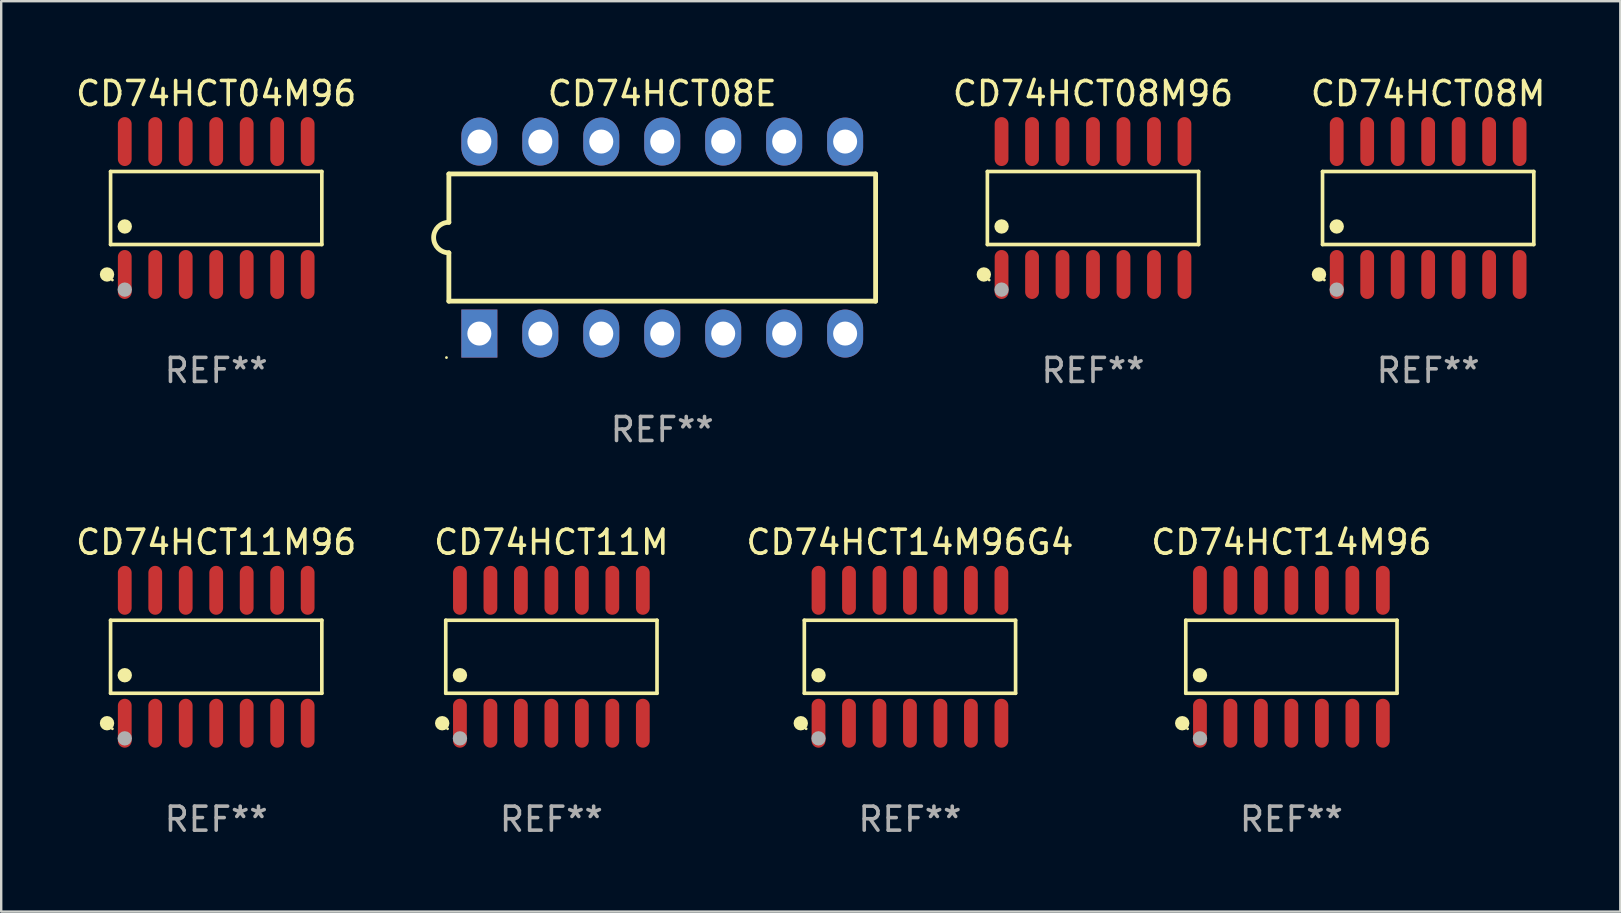
<source format=kicad_pcb>
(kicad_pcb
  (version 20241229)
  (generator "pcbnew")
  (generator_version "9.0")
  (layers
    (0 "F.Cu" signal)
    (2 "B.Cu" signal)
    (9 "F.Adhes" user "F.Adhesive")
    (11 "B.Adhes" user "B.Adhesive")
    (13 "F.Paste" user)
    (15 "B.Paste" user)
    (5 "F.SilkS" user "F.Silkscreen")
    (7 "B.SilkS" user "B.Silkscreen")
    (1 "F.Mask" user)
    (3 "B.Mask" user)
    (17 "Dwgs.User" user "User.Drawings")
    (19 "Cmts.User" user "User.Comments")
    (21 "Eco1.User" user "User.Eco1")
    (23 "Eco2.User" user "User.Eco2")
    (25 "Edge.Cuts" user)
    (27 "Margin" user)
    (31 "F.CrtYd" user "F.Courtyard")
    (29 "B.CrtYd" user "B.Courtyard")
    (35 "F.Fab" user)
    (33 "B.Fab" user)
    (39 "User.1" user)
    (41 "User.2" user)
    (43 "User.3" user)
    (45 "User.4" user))
  (footprint "CD74HCT08M"
    (layer "F.Cu")
    (at 56.454 5.617)
    (property "Reference" "CD74HCT08M" (at 0 -4.769 0) (layer "F.SilkS") (effects (font (size 1 1) (thickness 0.15))))
    (attr through_hole)
    (fp_line (start -4.401 -1.521) (end 4.401 -1.521) (stroke (width 0.152) (type solid)) (layer "F.SilkS"))
    (fp_line (start -4.401 1.521) (end -4.401 -1.521) (stroke (width 0.152) (type solid)) (layer "F.SilkS"))
    (fp_line (start 4.401 -1.521) (end 4.401 1.521) (stroke (width 0.152) (type solid)) (layer "F.SilkS"))
    (fp_line (start 4.401 1.521) (end -4.401 1.521) (stroke (width 0.152) (type solid)) (layer "F.SilkS"))
    (fp_circle (center -4.549 2.769) (end -4.399 2.769) (stroke (width 0.3) (type solid)) (fill no) (layer "F.SilkS"))
    (fp_circle (center -4.325 3) (end -4.295 3) (stroke (width 0.06) (type solid)) (fill no) (layer "F.SilkS"))
    (fp_circle (center -3.81 0.769) (end -3.66 0.769) (stroke (width 0.3) (type solid)) (fill no) (layer "F.SilkS"))
    (fp_circle (center -3.81 3.4) (end -3.66 3.4) (stroke (width 0.3) (type solid)) (fill no) (layer "F.Fab"))
    (fp_text user "REF**" (at 0 6.769 0) (layer "F.Fab") (effects (font (size 1 1) (thickness 0.15))))
    (pad "1" smd oval (at -3.81 2.769) (size 0.574 2.038) (layers "F.Cu" "F.Mask" "F.Paste"))
    (pad "2" smd oval (at -2.54 2.769) (size 0.574 2.038) (layers "F.Cu" "F.Mask" "F.Paste"))
    (pad "3" smd oval (at -1.27 2.769) (size 0.574 2.038) (layers "F.Cu" "F.Mask" "F.Paste"))
    (pad "4" smd oval (at 0 2.769) (size 0.574 2.038) (layers "F.Cu" "F.Mask" "F.Paste"))
    (pad "5" smd oval (at 1.27 2.769) (size 0.574 2.038) (layers "F.Cu" "F.Mask" "F.Paste"))
    (pad "6" smd oval (at 2.54 2.769) (size 0.574 2.038) (layers "F.Cu" "F.Mask" "F.Paste"))
    (pad "7" smd oval (at 3.81 2.769) (size 0.574 2.038) (layers "F.Cu" "F.Mask" "F.Paste"))
    (pad "8" smd oval (at 3.81 -2.769) (size 0.574 2.038) (layers "F.Cu" "F.Mask" "F.Paste"))
    (pad "9" smd oval (at 2.54 -2.769) (size 0.574 2.038) (layers "F.Cu" "F.Mask" "F.Paste"))
    (pad "10" smd oval (at 1.27 -2.769) (size 0.574 2.038) (layers "F.Cu" "F.Mask" "F.Paste"))
    (pad "11" smd oval (at 0 -2.769) (size 0.574 2.038) (layers "F.Cu" "F.Mask" "F.Paste"))
    (pad "12" smd oval (at -1.27 -2.769) (size 0.574 2.038) (layers "F.Cu" "F.Mask" "F.Paste"))
    (pad "13" smd oval (at -2.54 -2.769) (size 0.574 2.038) (layers "F.Cu" "F.Mask" "F.Paste"))
    (pad "14" smd oval (at -3.81 -2.769) (size 0.574 2.038) (layers "F.Cu" "F.Mask" "F.Paste")))
  (footprint "CD74HCT14M96G4"
    (layer "F.Cu")
    (at 34.863 24.314)
    (property "Reference" "CD74HCT14M96G4" (at 0 -4.769 0) (layer "F.SilkS") (effects (font (size 1 1) (thickness 0.15))))
    (attr through_hole)
    (fp_line (start -4.401 -1.521) (end 4.401 -1.521) (stroke (width 0.152) (type solid)) (layer "F.SilkS"))
    (fp_line (start -4.401 1.521) (end -4.401 -1.521) (stroke (width 0.152) (type solid)) (layer "F.SilkS"))
    (fp_line (start 4.401 -1.521) (end 4.401 1.521) (stroke (width 0.152) (type solid)) (layer "F.SilkS"))
    (fp_line (start 4.401 1.521) (end -4.401 1.521) (stroke (width 0.152) (type solid)) (layer "F.SilkS"))
    (fp_circle (center -4.549 2.769) (end -4.399 2.769) (stroke (width 0.3) (type solid)) (fill no) (layer "F.SilkS"))
    (fp_circle (center -4.325 3) (end -4.295 3) (stroke (width 0.06) (type solid)) (fill no) (layer "F.SilkS"))
    (fp_circle (center -3.81 0.769) (end -3.66 0.769) (stroke (width 0.3) (type solid)) (fill no) (layer "F.SilkS"))
    (fp_circle (center -3.81 3.4) (end -3.66 3.4) (stroke (width 0.3) (type solid)) (fill no) (layer "F.Fab"))
    (fp_text user "REF**" (at 0 6.769 0) (layer "F.Fab") (effects (font (size 1 1) (thickness 0.15))))
    (pad "1" smd oval (at -3.81 2.769) (size 0.574 2.038) (layers "F.Cu" "F.Mask" "F.Paste"))
    (pad "2" smd oval (at -2.54 2.769) (size 0.574 2.038) (layers "F.Cu" "F.Mask" "F.Paste"))
    (pad "3" smd oval (at -1.27 2.769) (size 0.574 2.038) (layers "F.Cu" "F.Mask" "F.Paste"))
    (pad "4" smd oval (at 0 2.769) (size 0.574 2.038) (layers "F.Cu" "F.Mask" "F.Paste"))
    (pad "5" smd oval (at 1.27 2.769) (size 0.574 2.038) (layers "F.Cu" "F.Mask" "F.Paste"))
    (pad "6" smd oval (at 2.54 2.769) (size 0.574 2.038) (layers "F.Cu" "F.Mask" "F.Paste"))
    (pad "7" smd oval (at 3.81 2.769) (size 0.574 2.038) (layers "F.Cu" "F.Mask" "F.Paste"))
    (pad "8" smd oval (at 3.81 -2.769) (size 0.574 2.038) (layers "F.Cu" "F.Mask" "F.Paste"))
    (pad "9" smd oval (at 2.54 -2.769) (size 0.574 2.038) (layers "F.Cu" "F.Mask" "F.Paste"))
    (pad "10" smd oval (at 1.27 -2.769) (size 0.574 2.038) (layers "F.Cu" "F.Mask" "F.Paste"))
    (pad "11" smd oval (at 0 -2.769) (size 0.574 2.038) (layers "F.Cu" "F.Mask" "F.Paste"))
    (pad "12" smd oval (at -1.27 -2.769) (size 0.574 2.038) (layers "F.Cu" "F.Mask" "F.Paste"))
    (pad "13" smd oval (at -2.54 -2.769) (size 0.574 2.038) (layers "F.Cu" "F.Mask" "F.Paste"))
    (pad "14" smd oval (at -3.81 -2.769) (size 0.574 2.038) (layers "F.Cu" "F.Mask" "F.Paste")))
  (footprint "CD74HCT08M96"
    (layer "F.Cu")
    (at 42.49 5.617)
    (property "Reference" "CD74HCT08M96" (at 0 -4.769 0) (layer "F.SilkS") (effects (font (size 1 1) (thickness 0.15))))
    (attr through_hole)
    (fp_line (start -4.401 -1.521) (end 4.401 -1.521) (stroke (width 0.152) (type solid)) (layer "F.SilkS"))
    (fp_line (start -4.401 1.521) (end -4.401 -1.521) (stroke (width 0.152) (type solid)) (layer "F.SilkS"))
    (fp_line (start 4.401 -1.521) (end 4.401 1.521) (stroke (width 0.152) (type solid)) (layer "F.SilkS"))
    (fp_line (start 4.401 1.521) (end -4.401 1.521) (stroke (width 0.152) (type solid)) (layer "F.SilkS"))
    (fp_circle (center -4.549 2.769) (end -4.399 2.769) (stroke (width 0.3) (type solid)) (fill no) (layer "F.SilkS"))
    (fp_circle (center -4.325 3) (end -4.295 3) (stroke (width 0.06) (type solid)) (fill no) (layer "F.SilkS"))
    (fp_circle (center -3.81 0.769) (end -3.66 0.769) (stroke (width 0.3) (type solid)) (fill no) (layer "F.SilkS"))
    (fp_circle (center -3.81 3.4) (end -3.66 3.4) (stroke (width 0.3) (type solid)) (fill no) (layer "F.Fab"))
    (fp_text user "REF**" (at 0 6.769 0) (layer "F.Fab") (effects (font (size 1 1) (thickness 0.15))))
    (pad "1" smd oval (at -3.81 2.769) (size 0.574 2.038) (layers "F.Cu" "F.Mask" "F.Paste"))
    (pad "2" smd oval (at -2.54 2.769) (size 0.574 2.038) (layers "F.Cu" "F.Mask" "F.Paste"))
    (pad "3" smd oval (at -1.27 2.769) (size 0.574 2.038) (layers "F.Cu" "F.Mask" "F.Paste"))
    (pad "4" smd oval (at 0 2.769) (size 0.574 2.038) (layers "F.Cu" "F.Mask" "F.Paste"))
    (pad "5" smd oval (at 1.27 2.769) (size 0.574 2.038) (layers "F.Cu" "F.Mask" "F.Paste"))
    (pad "6" smd oval (at 2.54 2.769) (size 0.574 2.038) (layers "F.Cu" "F.Mask" "F.Paste"))
    (pad "7" smd oval (at 3.81 2.769) (size 0.574 2.038) (layers "F.Cu" "F.Mask" "F.Paste"))
    (pad "8" smd oval (at 3.81 -2.769) (size 0.574 2.038) (layers "F.Cu" "F.Mask" "F.Paste"))
    (pad "9" smd oval (at 2.54 -2.769) (size 0.574 2.038) (layers "F.Cu" "F.Mask" "F.Paste"))
    (pad "10" smd oval (at 1.27 -2.769) (size 0.574 2.038) (layers "F.Cu" "F.Mask" "F.Paste"))
    (pad "11" smd oval (at 0 -2.769) (size 0.574 2.038) (layers "F.Cu" "F.Mask" "F.Paste"))
    (pad "12" smd oval (at -1.27 -2.769) (size 0.574 2.038) (layers "F.Cu" "F.Mask" "F.Paste"))
    (pad "13" smd oval (at -2.54 -2.769) (size 0.574 2.038) (layers "F.Cu" "F.Mask" "F.Paste"))
    (pad "14" smd oval (at -3.81 -2.769) (size 0.574 2.038) (layers "F.Cu" "F.Mask" "F.Paste")))
  (footprint "CD74HCT11M96"
    (layer "F.Cu")
    (at 5.958 24.314)
    (property "Reference" "CD74HCT11M96" (at 0 -4.769 0) (layer "F.SilkS") (effects (font (size 1 1) (thickness 0.15))))
    (attr through_hole)
    (fp_line (start -4.401 -1.521) (end 4.401 -1.521) (stroke (width 0.152) (type solid)) (layer "F.SilkS"))
    (fp_line (start -4.401 1.521) (end -4.401 -1.521) (stroke (width 0.152) (type solid)) (layer "F.SilkS"))
    (fp_line (start 4.401 -1.521) (end 4.401 1.521) (stroke (width 0.152) (type solid)) (layer "F.SilkS"))
    (fp_line (start 4.401 1.521) (end -4.401 1.521) (stroke (width 0.152) (type solid)) (layer "F.SilkS"))
    (fp_circle (center -4.549 2.769) (end -4.399 2.769) (stroke (width 0.3) (type solid)) (fill no) (layer "F.SilkS"))
    (fp_circle (center -4.325 3) (end -4.295 3) (stroke (width 0.06) (type solid)) (fill no) (layer "F.SilkS"))
    (fp_circle (center -3.81 0.769) (end -3.66 0.769) (stroke (width 0.3) (type solid)) (fill no) (layer "F.SilkS"))
    (fp_circle (center -3.81 3.4) (end -3.66 3.4) (stroke (width 0.3) (type solid)) (fill no) (layer "F.Fab"))
    (fp_text user "REF**" (at 0 6.769 0) (layer "F.Fab") (effects (font (size 1 1) (thickness 0.15))))
    (pad "1" smd oval (at -3.81 2.769) (size 0.574 2.038) (layers "F.Cu" "F.Mask" "F.Paste"))
    (pad "2" smd oval (at -2.54 2.769) (size 0.574 2.038) (layers "F.Cu" "F.Mask" "F.Paste"))
    (pad "3" smd oval (at -1.27 2.769) (size 0.574 2.038) (layers "F.Cu" "F.Mask" "F.Paste"))
    (pad "4" smd oval (at 0 2.769) (size 0.574 2.038) (layers "F.Cu" "F.Mask" "F.Paste"))
    (pad "5" smd oval (at 1.27 2.769) (size 0.574 2.038) (layers "F.Cu" "F.Mask" "F.Paste"))
    (pad "6" smd oval (at 2.54 2.769) (size 0.574 2.038) (layers "F.Cu" "F.Mask" "F.Paste"))
    (pad "7" smd oval (at 3.81 2.769) (size 0.574 2.038) (layers "F.Cu" "F.Mask" "F.Paste"))
    (pad "8" smd oval (at 3.81 -2.769) (size 0.574 2.038) (layers "F.Cu" "F.Mask" "F.Paste"))
    (pad "9" smd oval (at 2.54 -2.769) (size 0.574 2.038) (layers "F.Cu" "F.Mask" "F.Paste"))
    (pad "10" smd oval (at 1.27 -2.769) (size 0.574 2.038) (layers "F.Cu" "F.Mask" "F.Paste"))
    (pad "11" smd oval (at 0 -2.769) (size 0.574 2.038) (layers "F.Cu" "F.Mask" "F.Paste"))
    (pad "12" smd oval (at -1.27 -2.769) (size 0.574 2.038) (layers "F.Cu" "F.Mask" "F.Paste"))
    (pad "13" smd oval (at -2.54 -2.769) (size 0.574 2.038) (layers "F.Cu" "F.Mask" "F.Paste"))
    (pad "14" smd oval (at -3.81 -2.769) (size 0.574 2.038) (layers "F.Cu" "F.Mask" "F.Paste")))
  (footprint "CD74HCT08E"
    (layer "F.Cu")
    (at 24.542 6.848)
    (property "Reference" "CD74HCT08E" (at 0 -6 0) (layer "F.SilkS") (effects (font (size 1 1) (thickness 0.15))))
    (attr through_hole)
    (fp_line (start -8.89 -2.65) (end -8.89 -0.635) (stroke (width 0.2) (type solid)) (layer "F.SilkS"))
    (fp_line (start -8.89 0.635) (end -8.89 2.65) (stroke (width 0.2) (type solid)) (layer "F.SilkS"))
    (fp_line (start -8.89 2.65) (end 8.89 2.65) (stroke (width 0.2) (type solid)) (layer "F.SilkS"))
    (fp_line (start 8.89 -2.65) (end -8.89 -2.65) (stroke (width 0.2) (type solid)) (layer "F.SilkS"))
    (fp_line (start 8.89 2.65) (end 8.89 -2.65) (stroke (width 0.2) (type solid)) (layer "F.SilkS"))
    (fp_arc (start -8.890018 0.635001) (mid -9.525019 0) (end -8.890018 -0.635001) (stroke (width 0.2) (type solid)) (layer "F.SilkS"))
    (fp_circle (center -8.99 5) (end -8.96 5) (stroke (width 0.06) (type solid)) (fill no) (layer "F.SilkS"))
    (fp_text user "REF**" (at 0 8 0) (layer "F.Fab") (effects (font (size 1 1) (thickness 0.15))))
    (pad "1" thru_hole rect (at -7.62 4 90) (size 2 1.5) (drill 1) (layers "*.Cu" "*.Mask"))
    (pad "2" thru_hole oval (at -5.08 4 90) (size 2 1.5) (drill 1) (layers "*.Cu" "*.Mask"))
    (pad "3" thru_hole oval (at -2.54 4 90) (size 2 1.5) (drill 1) (layers "*.Cu" "*.Mask"))
    (pad "4" thru_hole oval (at 0 4 90) (size 2 1.5) (drill 1) (layers "*.Cu" "*.Mask"))
    (pad "5" thru_hole oval (at 2.54 4 90) (size 2 1.5) (drill 1) (layers "*.Cu" "*.Mask"))
    (pad "6" thru_hole oval (at 5.08 4 90) (size 2 1.5) (drill 1) (layers "*.Cu" "*.Mask"))
    (pad "7" thru_hole oval (at 7.62 4 90) (size 2 1.5) (drill 1) (layers "*.Cu" "*.Mask"))
    (pad "8" thru_hole oval (at 7.62 -4 90) (size 2 1.5) (drill 1) (layers "*.Cu" "*.Mask"))
    (pad "9" thru_hole oval (at 5.08 -4 90) (size 2 1.5) (drill 1) (layers "*.Cu" "*.Mask"))
    (pad "10" thru_hole oval (at 2.54 -4 90) (size 2 1.5) (drill 1) (layers "*.Cu" "*.Mask"))
    (pad "11" thru_hole oval (at 0 -4 90) (size 2 1.5) (drill 1) (layers "*.Cu" "*.Mask"))
    (pad "12" thru_hole oval (at -2.54 -4 90) (size 2 1.5) (drill 1) (layers "*.Cu" "*.Mask"))
    (pad "13" thru_hole oval (at -5.08 -4 90) (size 2 1.5) (drill 1) (layers "*.Cu" "*.Mask"))
    (pad "14" thru_hole oval (at -7.62 -4 90) (size 2 1.5) (drill 1) (layers "*.Cu" "*.Mask")))
  (footprint "CD74HCT04M96"
    (layer "F.Cu")
    (at 5.958 5.617)
    (property "Reference" "CD74HCT04M96" (at 0 -4.769 0) (layer "F.SilkS") (effects (font (size 1 1) (thickness 0.15))))
    (attr through_hole)
    (fp_line (start -4.401 -1.521) (end 4.401 -1.521) (stroke (width 0.152) (type solid)) (layer "F.SilkS"))
    (fp_line (start -4.401 1.521) (end -4.401 -1.521) (stroke (width 0.152) (type solid)) (layer "F.SilkS"))
    (fp_line (start 4.401 -1.521) (end 4.401 1.521) (stroke (width 0.152) (type solid)) (layer "F.SilkS"))
    (fp_line (start 4.401 1.521) (end -4.401 1.521) (stroke (width 0.152) (type solid)) (layer "F.SilkS"))
    (fp_circle (center -4.549 2.769) (end -4.399 2.769) (stroke (width 0.3) (type solid)) (fill no) (layer "F.SilkS"))
    (fp_circle (center -4.325 3) (end -4.295 3) (stroke (width 0.06) (type solid)) (fill no) (layer "F.SilkS"))
    (fp_circle (center -3.81 0.769) (end -3.66 0.769) (stroke (width 0.3) (type solid)) (fill no) (layer "F.SilkS"))
    (fp_circle (center -3.81 3.4) (end -3.66 3.4) (stroke (width 0.3) (type solid)) (fill no) (layer "F.Fab"))
    (fp_text user "REF**" (at 0 6.769 0) (layer "F.Fab") (effects (font (size 1 1) (thickness 0.15))))
    (pad "1" smd oval (at -3.81 2.769) (size 0.574 2.038) (layers "F.Cu" "F.Mask" "F.Paste"))
    (pad "2" smd oval (at -2.54 2.769) (size 0.574 2.038) (layers "F.Cu" "F.Mask" "F.Paste"))
    (pad "3" smd oval (at -1.27 2.769) (size 0.574 2.038) (layers "F.Cu" "F.Mask" "F.Paste"))
    (pad "4" smd oval (at 0 2.769) (size 0.574 2.038) (layers "F.Cu" "F.Mask" "F.Paste"))
    (pad "5" smd oval (at 1.27 2.769) (size 0.574 2.038) (layers "F.Cu" "F.Mask" "F.Paste"))
    (pad "6" smd oval (at 2.54 2.769) (size 0.574 2.038) (layers "F.Cu" "F.Mask" "F.Paste"))
    (pad "7" smd oval (at 3.81 2.769) (size 0.574 2.038) (layers "F.Cu" "F.Mask" "F.Paste"))
    (pad "8" smd oval (at 3.81 -2.769) (size 0.574 2.038) (layers "F.Cu" "F.Mask" "F.Paste"))
    (pad "9" smd oval (at 2.54 -2.769) (size 0.574 2.038) (layers "F.Cu" "F.Mask" "F.Paste"))
    (pad "10" smd oval (at 1.27 -2.769) (size 0.574 2.038) (layers "F.Cu" "F.Mask" "F.Paste"))
    (pad "11" smd oval (at 0 -2.769) (size 0.574 2.038) (layers "F.Cu" "F.Mask" "F.Paste"))
    (pad "12" smd oval (at -1.27 -2.769) (size 0.574 2.038) (layers "F.Cu" "F.Mask" "F.Paste"))
    (pad "13" smd oval (at -2.54 -2.769) (size 0.574 2.038) (layers "F.Cu" "F.Mask" "F.Paste"))
    (pad "14" smd oval (at -3.81 -2.769) (size 0.574 2.038) (layers "F.Cu" "F.Mask" "F.Paste")))
  (footprint "CD74HCT11M"
    (layer "F.Cu")
    (at 19.923 24.314)
    (property "Reference" "CD74HCT11M" (at 0 -4.769 0) (layer "F.SilkS") (effects (font (size 1 1) (thickness 0.15))))
    (attr through_hole)
    (fp_line (start -4.401 -1.521) (end 4.401 -1.521) (stroke (width 0.152) (type solid)) (layer "F.SilkS"))
    (fp_line (start -4.401 1.521) (end -4.401 -1.521) (stroke (width 0.152) (type solid)) (layer "F.SilkS"))
    (fp_line (start 4.401 -1.521) (end 4.401 1.521) (stroke (width 0.152) (type solid)) (layer "F.SilkS"))
    (fp_line (start 4.401 1.521) (end -4.401 1.521) (stroke (width 0.152) (type solid)) (layer "F.SilkS"))
    (fp_circle (center -4.549 2.769) (end -4.399 2.769) (stroke (width 0.3) (type solid)) (fill no) (layer "F.SilkS"))
    (fp_circle (center -4.325 3) (end -4.295 3) (stroke (width 0.06) (type solid)) (fill no) (layer "F.SilkS"))
    (fp_circle (center -3.81 0.769) (end -3.66 0.769) (stroke (width 0.3) (type solid)) (fill no) (layer "F.SilkS"))
    (fp_circle (center -3.81 3.4) (end -3.66 3.4) (stroke (width 0.3) (type solid)) (fill no) (layer "F.Fab"))
    (fp_text user "REF**" (at 0 6.769 0) (layer "F.Fab") (effects (font (size 1 1) (thickness 0.15))))
    (pad "1" smd oval (at -3.81 2.769) (size 0.574 2.038) (layers "F.Cu" "F.Mask" "F.Paste"))
    (pad "2" smd oval (at -2.54 2.769) (size 0.574 2.038) (layers "F.Cu" "F.Mask" "F.Paste"))
    (pad "3" smd oval (at -1.27 2.769) (size 0.574 2.038) (layers "F.Cu" "F.Mask" "F.Paste"))
    (pad "4" smd oval (at 0 2.769) (size 0.574 2.038) (layers "F.Cu" "F.Mask" "F.Paste"))
    (pad "5" smd oval (at 1.27 2.769) (size 0.574 2.038) (layers "F.Cu" "F.Mask" "F.Paste"))
    (pad "6" smd oval (at 2.54 2.769) (size 0.574 2.038) (layers "F.Cu" "F.Mask" "F.Paste"))
    (pad "7" smd oval (at 3.81 2.769) (size 0.574 2.038) (layers "F.Cu" "F.Mask" "F.Paste"))
    (pad "8" smd oval (at 3.81 -2.769) (size 0.574 2.038) (layers "F.Cu" "F.Mask" "F.Paste"))
    (pad "9" smd oval (at 2.54 -2.769) (size 0.574 2.038) (layers "F.Cu" "F.Mask" "F.Paste"))
    (pad "10" smd oval (at 1.27 -2.769) (size 0.574 2.038) (layers "F.Cu" "F.Mask" "F.Paste"))
    (pad "11" smd oval (at 0 -2.769) (size 0.574 2.038) (layers "F.Cu" "F.Mask" "F.Paste"))
    (pad "12" smd oval (at -1.27 -2.769) (size 0.574 2.038) (layers "F.Cu" "F.Mask" "F.Paste"))
    (pad "13" smd oval (at -2.54 -2.769) (size 0.574 2.038) (layers "F.Cu" "F.Mask" "F.Paste"))
    (pad "14" smd oval (at -3.81 -2.769) (size 0.574 2.038) (layers "F.Cu" "F.Mask" "F.Paste")))
  (footprint "CD74HCT14M96"
    (layer "F.Cu")
    (at 50.756 24.314)
    (property "Reference" "CD74HCT14M96" (at 0 -4.769 0) (layer "F.SilkS") (effects (font (size 1 1) (thickness 0.15))))
    (attr through_hole)
    (fp_line (start -4.401 -1.521) (end 4.401 -1.521) (stroke (width 0.152) (type solid)) (layer "F.SilkS"))
    (fp_line (start -4.401 1.521) (end -4.401 -1.521) (stroke (width 0.152) (type solid)) (layer "F.SilkS"))
    (fp_line (start 4.401 -1.521) (end 4.401 1.521) (stroke (width 0.152) (type solid)) (layer "F.SilkS"))
    (fp_line (start 4.401 1.521) (end -4.401 1.521) (stroke (width 0.152) (type solid)) (layer "F.SilkS"))
    (fp_circle (center -4.549 2.769) (end -4.399 2.769) (stroke (width 0.3) (type solid)) (fill no) (layer "F.SilkS"))
    (fp_circle (center -4.325 3) (end -4.295 3) (stroke (width 0.06) (type solid)) (fill no) (layer "F.SilkS"))
    (fp_circle (center -3.81 0.769) (end -3.66 0.769) (stroke (width 0.3) (type solid)) (fill no) (layer "F.SilkS"))
    (fp_circle (center -3.81 3.4) (end -3.66 3.4) (stroke (width 0.3) (type solid)) (fill no) (layer "F.Fab"))
    (fp_text user "REF**" (at 0 6.769 0) (layer "F.Fab") (effects (font (size 1 1) (thickness 0.15))))
    (pad "1" smd oval (at -3.81 2.769) (size 0.574 2.038) (layers "F.Cu" "F.Mask" "F.Paste"))
    (pad "2" smd oval (at -2.54 2.769) (size 0.574 2.038) (layers "F.Cu" "F.Mask" "F.Paste"))
    (pad "3" smd oval (at -1.27 2.769) (size 0.574 2.038) (layers "F.Cu" "F.Mask" "F.Paste"))
    (pad "4" smd oval (at 0 2.769) (size 0.574 2.038) (layers "F.Cu" "F.Mask" "F.Paste"))
    (pad "5" smd oval (at 1.27 2.769) (size 0.574 2.038) (layers "F.Cu" "F.Mask" "F.Paste"))
    (pad "6" smd oval (at 2.54 2.769) (size 0.574 2.038) (layers "F.Cu" "F.Mask" "F.Paste"))
    (pad "7" smd oval (at 3.81 2.769) (size 0.574 2.038) (layers "F.Cu" "F.Mask" "F.Paste"))
    (pad "8" smd oval (at 3.81 -2.769) (size 0.574 2.038) (layers "F.Cu" "F.Mask" "F.Paste"))
    (pad "9" smd oval (at 2.54 -2.769) (size 0.574 2.038) (layers "F.Cu" "F.Mask" "F.Paste"))
    (pad "10" smd oval (at 1.27 -2.769) (size 0.574 2.038) (layers "F.Cu" "F.Mask" "F.Paste"))
    (pad "11" smd oval (at 0 -2.769) (size 0.574 2.038) (layers "F.Cu" "F.Mask" "F.Paste"))
    (pad "12" smd oval (at -1.27 -2.769) (size 0.574 2.038) (layers "F.Cu" "F.Mask" "F.Paste"))
    (pad "13" smd oval (at -2.54 -2.769) (size 0.574 2.038) (layers "F.Cu" "F.Mask" "F.Paste"))
    (pad "14" smd oval (at -3.81 -2.769) (size 0.574 2.038) (layers "F.Cu" "F.Mask" "F.Paste")))
  (gr_rect
    (start -3 -3)
    (end 64.46 34.931)
    (stroke (width 0.1) (type default))
    (fill no)
    (layer "Edge.Cuts")))
</source>
